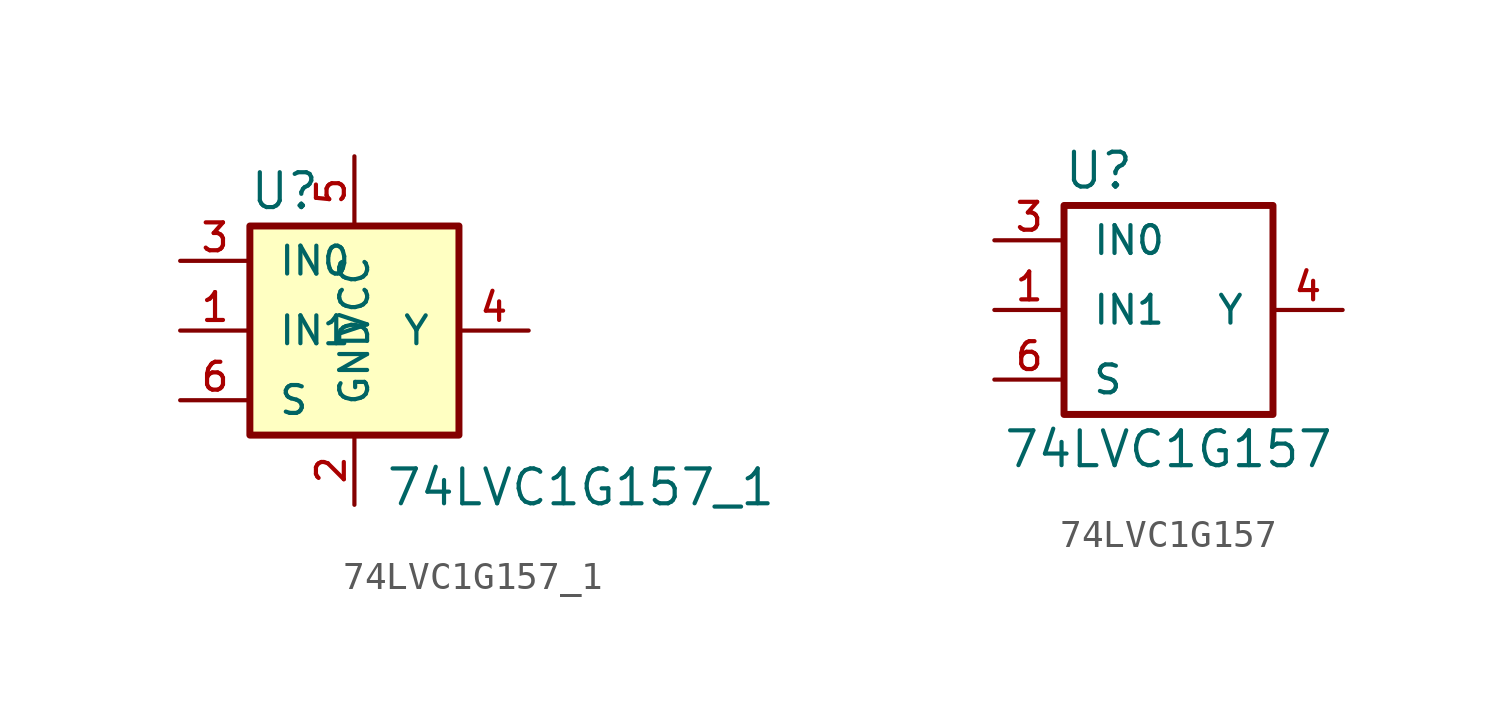
<source format=kicad_sym>
(kicad_symbol_lib
  (version 20201005)
  (generator kicad_symbol_editor)
  (symbol "New_Library_Edwin:74LVC1G157_1"
    (pin_names
      (offset 1.016))
    (property "Reference" "U"
      (at -2.54 5.08 0)
      (effects (font (size 1.27 1.27))))
    (property "Value" "74LVC1G157_1"
      (at 8.255 -5.715 0)
      (effects (font (size 1.27 1.27))))
    (symbol "74LVC1G157_1_0_1"
      (rectangle (start -3.81 3.81) (end 3.81 -3.81) (stroke (width 0.254)) (fill (type background))))
    (symbol "74LVC1G157_1_1_1"
      (pin input line (at -6.35 0 0) (length 2.54) (name "IN1" (effects (font (size 1.016 1.016)))) (number "1" (effects (font (size 1.016 1.016)))))
      (pin power_in line (at 0 -6.35 90) (length 2.54) (name "GND" (effects (font (size 1.016 1.016)))) (number "2" (effects (font (size 1.016 1.016)))))
      (pin input line (at -6.35 2.54 0) (length 2.54) (name "IN0" (effects (font (size 1.016 1.016)))) (number "3" (effects (font (size 1.016 1.016)))))
      (pin output line (at 6.35 0 180) (length 2.54) (name "Y" (effects (font (size 1.016 1.016)))) (number "4" (effects (font (size 1.016 1.016)))))
      (pin power_in line (at 0 6.35 270) (length 2.54) (name "VCC" (effects (font (size 1.016 1.016)))) (number "5" (effects (font (size 1.016 1.016)))))
      (pin input line (at -6.35 -2.54 0) (length 2.54) (name "S" (effects (font (size 1.016 1.016)))) (number "6" (effects (font (size 1.016 1.016)))))))
  (symbol "New_Library_Edwin:74LVC1G157"
    (pin_names
      (offset 1.016))
    (property "Reference" "U"
      (at -2.54 5.08 0)
      (effects (font (size 1.27 1.27))))
    (property "Value" "74LVC1G157"
      (at 0 -5.08 0)
      (effects (font (size 1.27 1.27))))
    (symbol "74LVC1G157_0_1"
      (rectangle (start -3.81 3.81) (end 3.81 -3.81) (stroke (width 0.254)) (fill (type none))))
    (symbol "74LVC1G157_1_1"
      (pin input line (at -6.35 0 0) (length 2.54) (name "IN1" (effects (font (size 1.016 1.016)))) (number "1" (effects (font (size 1.016 1.016)))))
      (pin power_in line (at 0 -3.81 270) (length 0) hide (name "GND" (effects (font (size 1.016 1.016)))) (number "2" (effects (font (size 1.016 1.016)))))
      (pin input line (at -6.35 2.54 0) (length 2.54) (name "IN0" (effects (font (size 1.016 1.016)))) (number "3" (effects (font (size 1.016 1.016)))))
      (pin output line (at 6.35 0 180) (length 2.54) (name "Y" (effects (font (size 1.016 1.016)))) (number "4" (effects (font (size 1.016 1.016)))))
      (pin power_in line (at 0 3.81 90) (length 0) hide (name "VCC" (effects (font (size 1.016 1.016)))) (number "5" (effects (font (size 1.016 1.016)))))
      (pin input line (at -6.35 -2.54 0) (length 2.54) (name "S" (effects (font (size 1.016 1.016)))) (number "6" (effects (font (size 1.016 1.016))))))))
</source>
